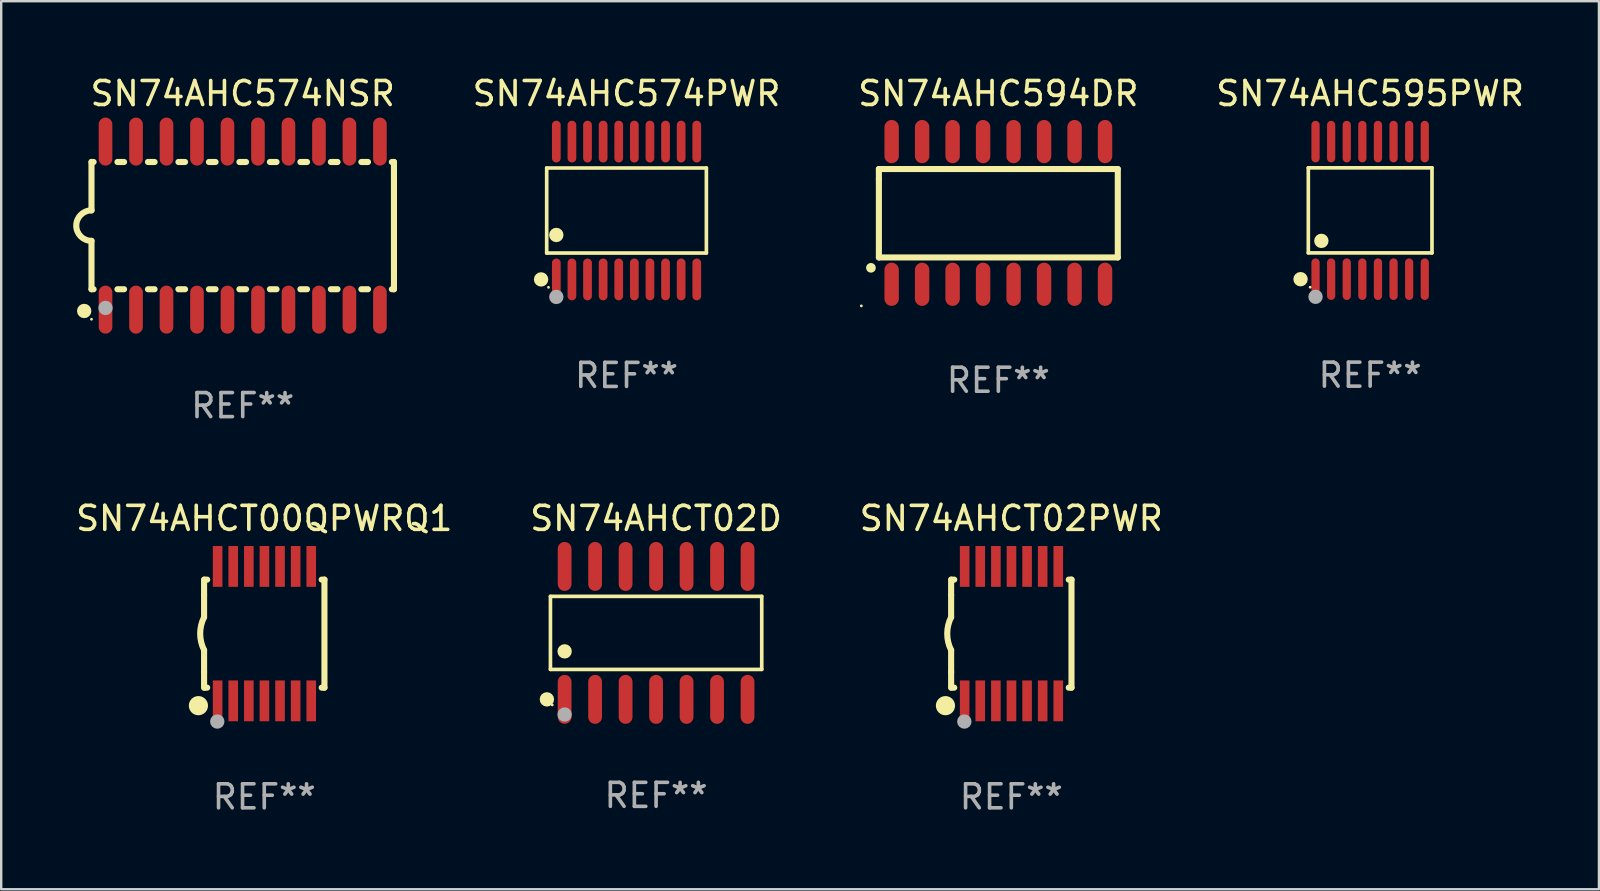
<source format=kicad_pcb>
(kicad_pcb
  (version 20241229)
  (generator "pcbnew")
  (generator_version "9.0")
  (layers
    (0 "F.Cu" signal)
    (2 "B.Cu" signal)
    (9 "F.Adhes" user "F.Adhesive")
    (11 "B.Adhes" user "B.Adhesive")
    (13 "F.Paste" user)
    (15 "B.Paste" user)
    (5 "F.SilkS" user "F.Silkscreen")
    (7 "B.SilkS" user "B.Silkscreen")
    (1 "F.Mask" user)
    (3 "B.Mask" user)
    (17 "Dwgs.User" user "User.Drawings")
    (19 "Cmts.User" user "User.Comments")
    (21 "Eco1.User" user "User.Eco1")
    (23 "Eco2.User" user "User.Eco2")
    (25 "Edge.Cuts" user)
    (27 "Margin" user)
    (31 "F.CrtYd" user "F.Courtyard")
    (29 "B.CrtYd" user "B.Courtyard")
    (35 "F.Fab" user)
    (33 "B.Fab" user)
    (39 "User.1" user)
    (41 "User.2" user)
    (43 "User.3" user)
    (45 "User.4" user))
  (footprint "SN74AHCT02D"
    (layer "F.Cu")
    (at 24.28 23.314)
    (property "Reference" "SN74AHCT02D" (at 0 -4.769 0) (layer "F.SilkS") (effects (font (size 1 1) (thickness 0.15))))
    (attr through_hole)
    (fp_line (start -4.401 -1.521) (end 4.401 -1.521) (stroke (width 0.152) (type solid)) (layer "F.SilkS"))
    (fp_line (start -4.401 1.521) (end -4.401 -1.521) (stroke (width 0.152) (type solid)) (layer "F.SilkS"))
    (fp_line (start 4.401 -1.521) (end 4.401 1.521) (stroke (width 0.152) (type solid)) (layer "F.SilkS"))
    (fp_line (start 4.401 1.521) (end -4.401 1.521) (stroke (width 0.152) (type solid)) (layer "F.SilkS"))
    (fp_circle (center -4.549 2.769) (end -4.399 2.769) (stroke (width 0.3) (type solid)) (fill no) (layer "F.SilkS"))
    (fp_circle (center -4.325 3) (end -4.295 3) (stroke (width 0.06) (type solid)) (fill no) (layer "F.SilkS"))
    (fp_circle (center -3.81 0.769) (end -3.66 0.769) (stroke (width 0.3) (type solid)) (fill no) (layer "F.SilkS"))
    (fp_circle (center -3.81 3.4) (end -3.66 3.4) (stroke (width 0.3) (type solid)) (fill no) (layer "F.Fab"))
    (fp_text user "REF**" (at 0 6.769 0) (layer "F.Fab") (effects (font (size 1 1) (thickness 0.15))))
    (pad "1" smd oval (at -3.81 2.769) (size 0.574 2.038) (layers "F.Cu" "F.Mask" "F.Paste"))
    (pad "2" smd oval (at -2.54 2.769) (size 0.574 2.038) (layers "F.Cu" "F.Mask" "F.Paste"))
    (pad "3" smd oval (at -1.27 2.769) (size 0.574 2.038) (layers "F.Cu" "F.Mask" "F.Paste"))
    (pad "4" smd oval (at 0 2.769) (size 0.574 2.038) (layers "F.Cu" "F.Mask" "F.Paste"))
    (pad "5" smd oval (at 1.27 2.769) (size 0.574 2.038) (layers "F.Cu" "F.Mask" "F.Paste"))
    (pad "6" smd oval (at 2.54 2.769) (size 0.574 2.038) (layers "F.Cu" "F.Mask" "F.Paste"))
    (pad "7" smd oval (at 3.81 2.769) (size 0.574 2.038) (layers "F.Cu" "F.Mask" "F.Paste"))
    (pad "8" smd oval (at 3.81 -2.769) (size 0.574 2.038) (layers "F.Cu" "F.Mask" "F.Paste"))
    (pad "9" smd oval (at 2.54 -2.769) (size 0.574 2.038) (layers "F.Cu" "F.Mask" "F.Paste"))
    (pad "10" smd oval (at 1.27 -2.769) (size 0.574 2.038) (layers "F.Cu" "F.Mask" "F.Paste"))
    (pad "11" smd oval (at 0 -2.769) (size 0.574 2.038) (layers "F.Cu" "F.Mask" "F.Paste"))
    (pad "12" smd oval (at -1.27 -2.769) (size 0.574 2.038) (layers "F.Cu" "F.Mask" "F.Paste"))
    (pad "13" smd oval (at -2.54 -2.769) (size 0.574 2.038) (layers "F.Cu" "F.Mask" "F.Paste"))
    (pad "14" smd oval (at -3.81 -2.769) (size 0.574 2.038) (layers "F.Cu" "F.Mask" "F.Paste")))
  (footprint "SN74AHC594DR"
    (layer "F.Cu")
    (at 38.537 5.82)
    (property "Reference" "SN74AHC594DR" (at 0 -4.972 0) (layer "F.SilkS") (effects (font (size 1 1) (thickness 0.15))))
    (attr through_hole)
    (fp_line (start -4.976 -1.829) (end -4.976 -1.4) (stroke (width 0.254) (type solid)) (layer "F.SilkS"))
    (fp_line (start -4.976 -1.4) (end -4.976 1.854) (stroke (width 0.254) (type solid)) (layer "F.SilkS"))
    (fp_line (start -4.976 1.854) (end 4.976 1.854) (stroke (width 0.254) (type solid)) (layer "F.SilkS"))
    (fp_line (start 4.976 -1.829) (end -4.976 -1.829) (stroke (width 0.254) (type solid)) (layer "F.SilkS"))
    (fp_line (start 4.976 1.854) (end 4.976 -1.829) (stroke (width 0.254) (type solid)) (layer "F.SilkS"))
    (fp_arc (start -5.308611 2.286005) (mid -5.307341 2.286001) (end -5.306071 2.286005) (stroke (width 0.4) (type solid)) (layer "F.SilkS"))
    (fp_circle (center -5.707 3.872) (end -5.677 3.872) (stroke (width 0.06) (type solid)) (fill no) (layer "F.SilkS"))
    (fp_text user "REF**" (at 0 6.972 0) (layer "F.Fab") (effects (font (size 1 1) (thickness 0.15))))
    (pad "1" smd oval (at -4.445 2.972 180) (size 0.6 1.8) (layers "F.Cu" "F.Mask" "F.Paste"))
    (pad "2" smd oval (at -3.175 2.972 180) (size 0.6 1.8) (layers "F.Cu" "F.Mask" "F.Paste"))
    (pad "3" smd oval (at -1.905 2.972 180) (size 0.6 1.8) (layers "F.Cu" "F.Mask" "F.Paste"))
    (pad "4" smd oval (at -0.635 2.972 180) (size 0.6 1.8) (layers "F.Cu" "F.Mask" "F.Paste"))
    (pad "5" smd oval (at 0.635 2.972 180) (size 0.6 1.8) (layers "F.Cu" "F.Mask" "F.Paste"))
    (pad "6" smd oval (at 1.905 2.972 180) (size 0.6 1.8) (layers "F.Cu" "F.Mask" "F.Paste"))
    (pad "7" smd oval (at 3.175 2.972 180) (size 0.6 1.8) (layers "F.Cu" "F.Mask" "F.Paste"))
    (pad "8" smd oval (at 4.445 2.972 180) (size 0.6 1.8) (layers "F.Cu" "F.Mask" "F.Paste"))
    (pad "9" smd oval (at 4.445 -2.972 180) (size 0.6 1.8) (layers "F.Cu" "F.Mask" "F.Paste"))
    (pad "10" smd oval (at 3.175 -2.972 180) (size 0.6 1.8) (layers "F.Cu" "F.Mask" "F.Paste"))
    (pad "11" smd oval (at 1.905 -2.972 180) (size 0.6 1.8) (layers "F.Cu" "F.Mask" "F.Paste"))
    (pad "12" smd oval (at 0.635 -2.972 180) (size 0.6 1.8) (layers "F.Cu" "F.Mask" "F.Paste"))
    (pad "13" smd oval (at -0.635 -2.972 180) (size 0.6 1.8) (layers "F.Cu" "F.Mask" "F.Paste"))
    (pad "14" smd oval (at -1.905 -2.972 180) (size 0.6 1.8) (layers "F.Cu" "F.Mask" "F.Paste"))
    (pad "15" smd oval (at -3.175 -2.972 180) (size 0.6 1.8) (layers "F.Cu" "F.Mask" "F.Paste"))
    (pad "16" smd oval (at -4.445 -2.972 180) (size 0.6 1.8) (layers "F.Cu" "F.Mask" "F.Paste")))
  (footprint "SN74AHC574NSR"
    (layer "F.Cu")
    (at 7.061 6.348)
    (property "Reference" "SN74AHC574NSR" (at 0 -5.5 0) (layer "F.SilkS") (effects (font (size 1 1) (thickness 0.15))))
    (attr through_hole)
    (fp_line (start -6.3 -2.65) (end -6.3 -0.635) (stroke (width 0.254) (type solid)) (layer "F.SilkS"))
    (fp_line (start -6.3 -2.65) (end -6.212 -2.65) (stroke (width 0.254) (type solid)) (layer "F.SilkS"))
    (fp_line (start -6.3 2.65) (end -6.3 0.635) (stroke (width 0.254) (type solid)) (layer "F.SilkS"))
    (fp_line (start -6.3 2.65) (end -6.212 2.65) (stroke (width 0.254) (type solid)) (layer "F.SilkS"))
    (fp_line (start -5.218 -2.65) (end -4.942 -2.65) (stroke (width 0.254) (type solid)) (layer "F.SilkS"))
    (fp_line (start -5.218 2.65) (end -4.942 2.65) (stroke (width 0.254) (type solid)) (layer "F.SilkS"))
    (fp_line (start -3.948 -2.65) (end -3.672 -2.65) (stroke (width 0.254) (type solid)) (layer "F.SilkS"))
    (fp_line (start -3.948 2.65) (end -3.672 2.65) (stroke (width 0.254) (type solid)) (layer "F.SilkS"))
    (fp_line (start -2.678 -2.65) (end -2.402 -2.65) (stroke (width 0.254) (type solid)) (layer "F.SilkS"))
    (fp_line (start -2.678 2.65) (end -2.402 2.65) (stroke (width 0.254) (type solid)) (layer "F.SilkS"))
    (fp_line (start -1.408 -2.65) (end -1.132 -2.65) (stroke (width 0.254) (type solid)) (layer "F.SilkS"))
    (fp_line (start -1.408 2.65) (end -1.132 2.65) (stroke (width 0.254) (type solid)) (layer "F.SilkS"))
    (fp_line (start -0.138 -2.65) (end 0.138 -2.65) (stroke (width 0.254) (type solid)) (layer "F.SilkS"))
    (fp_line (start -0.138 2.65) (end 0.138 2.65) (stroke (width 0.254) (type solid)) (layer "F.SilkS"))
    (fp_line (start 1.132 -2.65) (end 1.408 -2.65) (stroke (width 0.254) (type solid)) (layer "F.SilkS"))
    (fp_line (start 1.132 2.65) (end 1.408 2.65) (stroke (width 0.254) (type solid)) (layer "F.SilkS"))
    (fp_line (start 2.402 -2.65) (end 2.678 -2.65) (stroke (width 0.254) (type solid)) (layer "F.SilkS"))
    (fp_line (start 2.402 2.65) (end 2.678 2.65) (stroke (width 0.254) (type solid)) (layer "F.SilkS"))
    (fp_line (start 3.672 -2.65) (end 3.948 -2.65) (stroke (width 0.254) (type solid)) (layer "F.SilkS"))
    (fp_line (start 3.672 2.65) (end 3.948 2.65) (stroke (width 0.254) (type solid)) (layer "F.SilkS"))
    (fp_line (start 4.942 -2.65) (end 5.218 -2.65) (stroke (width 0.254) (type solid)) (layer "F.SilkS"))
    (fp_line (start 4.942 2.65) (end 5.218 2.65) (stroke (width 0.254) (type solid)) (layer "F.SilkS"))
    (fp_line (start 6.212 -2.65) (end 6.3 -2.65) (stroke (width 0.254) (type solid)) (layer "F.SilkS"))
    (fp_line (start 6.212 2.65) (end 6.3 2.65) (stroke (width 0.254) (type solid)) (layer "F.SilkS"))
    (fp_line (start 6.3 -2.65) (end 6.3 2.65) (stroke (width 0.254) (type solid)) (layer "F.SilkS"))
    (fp_arc (start -6.299975 0.634874) (mid -6.933579 0.000127) (end -6.299213 -0.633858) (stroke (width 0.254001) (type solid)) (layer "F.SilkS"))
    (fp_circle (center -6.604 3.556) (end -6.454 3.556) (stroke (width 0.3) (type solid)) (fill no) (layer "F.SilkS"))
    (fp_circle (center -6.3 3.9) (end -6.27 3.9) (stroke (width 0.06) (type solid)) (fill no) (layer "F.SilkS"))
    (fp_circle (center -5.715 3.429) (end -5.565 3.429) (stroke (width 0.3) (type solid)) (fill no) (layer "F.Fab"))
    (fp_text user "REF**" (at 0 7.5 0) (layer "F.Fab") (effects (font (size 1 1) (thickness 0.15))))
    (pad "1" smd oval (at -5.715 3.5) (size 0.568 2) (layers "F.Cu" "F.Mask" "F.Paste"))
    (pad "2" smd oval (at -4.445 3.5) (size 0.568 2) (layers "F.Cu" "F.Mask" "F.Paste"))
    (pad "3" smd oval (at -3.175 3.5) (size 0.568 2) (layers "F.Cu" "F.Mask" "F.Paste"))
    (pad "4" smd oval (at -1.905 3.5) (size 0.568 2) (layers "F.Cu" "F.Mask" "F.Paste"))
    (pad "5" smd oval (at -0.635 3.5) (size 0.568 2) (layers "F.Cu" "F.Mask" "F.Paste"))
    (pad "6" smd oval (at 0.635 3.5) (size 0.568 2) (layers "F.Cu" "F.Mask" "F.Paste"))
    (pad "7" smd oval (at 1.905 3.5) (size 0.568 2) (layers "F.Cu" "F.Mask" "F.Paste"))
    (pad "8" smd oval (at 3.175 3.5) (size 0.568 2) (layers "F.Cu" "F.Mask" "F.Paste"))
    (pad "9" smd oval (at 4.445 3.5) (size 0.568 2) (layers "F.Cu" "F.Mask" "F.Paste"))
    (pad "10" smd oval (at 5.715 3.5) (size 0.568 2) (layers "F.Cu" "F.Mask" "F.Paste"))
    (pad "11" smd oval (at 5.715 -3.5) (size 0.568 2) (layers "F.Cu" "F.Mask" "F.Paste"))
    (pad "12" smd oval (at 4.445 -3.5) (size 0.568 2) (layers "F.Cu" "F.Mask" "F.Paste"))
    (pad "13" smd oval (at 3.175 -3.5) (size 0.568 2) (layers "F.Cu" "F.Mask" "F.Paste"))
    (pad "14" smd oval (at 1.905 -3.5) (size 0.568 2) (layers "F.Cu" "F.Mask" "F.Paste"))
    (pad "15" smd oval (at 0.635 -3.5) (size 0.568 2) (layers "F.Cu" "F.Mask" "F.Paste"))
    (pad "16" smd oval (at -0.635 -3.5) (size 0.568 2) (layers "F.Cu" "F.Mask" "F.Paste"))
    (pad "17" smd oval (at -1.905 -3.5) (size 0.568 2) (layers "F.Cu" "F.Mask" "F.Paste"))
    (pad "18" smd oval (at -3.175 -3.5) (size 0.568 2) (layers "F.Cu" "F.Mask" "F.Paste"))
    (pad "19" smd oval (at -4.445 -3.5) (size 0.568 2) (layers "F.Cu" "F.Mask" "F.Paste"))
    (pad "20" smd oval (at -5.715 -3.5) (size 0.568 2) (layers "F.Cu" "F.Mask" "F.Paste")))
  (footprint "SN74AHCT00QPWRQ1"
    (layer "F.Cu")
    (at 7.958 23.345)
    (property "Reference" "SN74AHCT00QPWRQ1" (at 0 -4.8 0) (layer "F.SilkS") (effects (font (size 1 1) (thickness 0.15))))
    (attr through_hole)
    (fp_line (start -2.507 -1.6) (end -2.507 -2.25) (stroke (width 0.254) (type solid)) (layer "F.SilkS"))
    (fp_line (start -2.507 -0.686) (end -2.507 -1.6) (stroke (width 0.254) (type solid)) (layer "F.SilkS"))
    (fp_line (start -2.507 1.6) (end -2.507 0.686) (stroke (width 0.254) (type solid)) (layer "F.SilkS"))
    (fp_line (start -2.507 1.6) (end -2.507 2.25) (stroke (width 0.254) (type solid)) (layer "F.SilkS"))
    (fp_line (start -2.493 -2.25) (end -2.377 -2.25) (stroke (width 0.254) (type solid)) (layer "F.SilkS"))
    (fp_line (start -2.377 2.25) (end -2.493 2.25) (stroke (width 0.254) (type solid)) (layer "F.SilkS"))
    (fp_line (start 2.392 -2.25) (end 2.507 -2.25) (stroke (width 0.254) (type solid)) (layer "F.SilkS"))
    (fp_line (start 2.507 -2.25) (end 2.507 2.25) (stroke (width 0.254) (type solid)) (layer "F.SilkS"))
    (fp_line (start 2.507 2.25) (end 2.392 2.25) (stroke (width 0.254) (type solid)) (layer "F.SilkS"))
    (fp_arc (start -2.507303 0.685802) (mid -2.669199 0) (end -2.507303 -0.685801) (stroke (width 0.254001) (type solid)) (layer "F.SilkS"))
    (fp_circle (center -2.743 3) (end -2.543 3) (stroke (width 0.4) (type solid)) (fill no) (layer "F.SilkS"))
    (fp_circle (center -2.493 3.2) (end -2.463 3.2) (stroke (width 0.06) (type solid)) (fill no) (layer "F.SilkS"))
    (fp_circle (center -1.957 3.662) (end -1.807 3.662) (stroke (width 0.3) (type solid)) (fill no) (layer "F.Fab"))
    (fp_text user "REF**" (at 0 6.8 0) (layer "F.Fab") (effects (font (size 1 1) (thickness 0.15))))
    (pad "1" smd rect (at -1.943 2.8) (size 0.4 1.7) (layers "F.Cu" "F.Mask" "F.Paste"))
    (pad "2" smd rect (at -1.293 2.8) (size 0.4 1.7) (layers "F.Cu" "F.Mask" "F.Paste"))
    (pad "3" smd rect (at -0.643 2.8) (size 0.4 1.7) (layers "F.Cu" "F.Mask" "F.Paste"))
    (pad "4" smd rect (at 0.007 2.8) (size 0.4 1.7) (layers "F.Cu" "F.Mask" "F.Paste"))
    (pad "5" smd rect (at 0.657 2.8) (size 0.4 1.7) (layers "F.Cu" "F.Mask" "F.Paste"))
    (pad "6" smd rect (at 1.307 2.8) (size 0.4 1.7) (layers "F.Cu" "F.Mask" "F.Paste"))
    (pad "7" smd rect (at 1.957 2.8) (size 0.4 1.7) (layers "F.Cu" "F.Mask" "F.Paste"))
    (pad "8" smd rect (at 1.957 -2.8) (size 0.4 1.7) (layers "F.Cu" "F.Mask" "F.Paste"))
    (pad "9" smd rect (at 1.307 -2.8) (size 0.4 1.7) (layers "F.Cu" "F.Mask" "F.Paste"))
    (pad "10" smd rect (at 0.657 -2.8) (size 0.4 1.7) (layers "F.Cu" "F.Mask" "F.Paste"))
    (pad "11" smd rect (at 0.007 -2.8) (size 0.4 1.7) (layers "F.Cu" "F.Mask" "F.Paste"))
    (pad "12" smd rect (at -0.643 -2.8) (size 0.4 1.7) (layers "F.Cu" "F.Mask" "F.Paste"))
    (pad "13" smd rect (at -1.293 -2.8) (size 0.4 1.7) (layers "F.Cu" "F.Mask" "F.Paste"))
    (pad "14" smd rect (at -1.943 -2.8) (size 0.4 1.7) (layers "F.Cu" "F.Mask" "F.Paste")))
  (footprint "SN74AHCT02PWR"
    (layer "F.Cu")
    (at 39.077 23.345)
    (property "Reference" "SN74AHCT02PWR" (at 0 -4.8 0) (layer "F.SilkS") (effects (font (size 1 1) (thickness 0.15))))
    (attr through_hole)
    (fp_line (start -2.507 -1.6) (end -2.507 -2.25) (stroke (width 0.254) (type solid)) (layer "F.SilkS"))
    (fp_line (start -2.507 -0.686) (end -2.507 -1.6) (stroke (width 0.254) (type solid)) (layer "F.SilkS"))
    (fp_line (start -2.507 1.6) (end -2.507 0.686) (stroke (width 0.254) (type solid)) (layer "F.SilkS"))
    (fp_line (start -2.507 1.6) (end -2.507 2.25) (stroke (width 0.254) (type solid)) (layer "F.SilkS"))
    (fp_line (start -2.493 -2.25) (end -2.377 -2.25) (stroke (width 0.254) (type solid)) (layer "F.SilkS"))
    (fp_line (start -2.377 2.25) (end -2.493 2.25) (stroke (width 0.254) (type solid)) (layer "F.SilkS"))
    (fp_line (start 2.392 -2.25) (end 2.507 -2.25) (stroke (width 0.254) (type solid)) (layer "F.SilkS"))
    (fp_line (start 2.507 -2.25) (end 2.507 2.25) (stroke (width 0.254) (type solid)) (layer "F.SilkS"))
    (fp_line (start 2.507 2.25) (end 2.392 2.25) (stroke (width 0.254) (type solid)) (layer "F.SilkS"))
    (fp_arc (start -2.507303 0.685802) (mid -2.669199 0) (end -2.507303 -0.685801) (stroke (width 0.254001) (type solid)) (layer "F.SilkS"))
    (fp_circle (center -2.743 3) (end -2.543 3) (stroke (width 0.4) (type solid)) (fill no) (layer "F.SilkS"))
    (fp_circle (center -2.493 3.2) (end -2.463 3.2) (stroke (width 0.06) (type solid)) (fill no) (layer "F.SilkS"))
    (fp_circle (center -1.957 3.662) (end -1.807 3.662) (stroke (width 0.3) (type solid)) (fill no) (layer "F.Fab"))
    (fp_text user "REF**" (at 0 6.8 0) (layer "F.Fab") (effects (font (size 1 1) (thickness 0.15))))
    (pad "1" smd rect (at -1.943 2.8) (size 0.4 1.7) (layers "F.Cu" "F.Mask" "F.Paste"))
    (pad "2" smd rect (at -1.293 2.8) (size 0.4 1.7) (layers "F.Cu" "F.Mask" "F.Paste"))
    (pad "3" smd rect (at -0.643 2.8) (size 0.4 1.7) (layers "F.Cu" "F.Mask" "F.Paste"))
    (pad "4" smd rect (at 0.007 2.8) (size 0.4 1.7) (layers "F.Cu" "F.Mask" "F.Paste"))
    (pad "5" smd rect (at 0.657 2.8) (size 0.4 1.7) (layers "F.Cu" "F.Mask" "F.Paste"))
    (pad "6" smd rect (at 1.307 2.8) (size 0.4 1.7) (layers "F.Cu" "F.Mask" "F.Paste"))
    (pad "7" smd rect (at 1.957 2.8) (size 0.4 1.7) (layers "F.Cu" "F.Mask" "F.Paste"))
    (pad "8" smd rect (at 1.957 -2.8) (size 0.4 1.7) (layers "F.Cu" "F.Mask" "F.Paste"))
    (pad "9" smd rect (at 1.307 -2.8) (size 0.4 1.7) (layers "F.Cu" "F.Mask" "F.Paste"))
    (pad "10" smd rect (at 0.657 -2.8) (size 0.4 1.7) (layers "F.Cu" "F.Mask" "F.Paste"))
    (pad "11" smd rect (at 0.007 -2.8) (size 0.4 1.7) (layers "F.Cu" "F.Mask" "F.Paste"))
    (pad "12" smd rect (at -0.643 -2.8) (size 0.4 1.7) (layers "F.Cu" "F.Mask" "F.Paste"))
    (pad "13" smd rect (at -1.293 -2.8) (size 0.4 1.7) (layers "F.Cu" "F.Mask" "F.Paste"))
    (pad "14" smd rect (at -1.943 -2.8) (size 0.4 1.7) (layers "F.Cu" "F.Mask" "F.Paste")))
  (footprint "SN74AHC574PWR"
    (layer "F.Cu")
    (at 23.049 5.719)
    (property "Reference" "SN74AHC574PWR" (at 0 -4.871 0) (layer "F.SilkS") (effects (font (size 1 1) (thickness 0.15))))
    (attr through_hole)
    (fp_line (start -3.326 -1.771) (end 3.326 -1.771) (stroke (width 0.152) (type solid)) (layer "F.SilkS"))
    (fp_line (start -3.326 1.771) (end -3.326 -1.771) (stroke (width 0.152) (type solid)) (layer "F.SilkS"))
    (fp_line (start 3.326 -1.771) (end 3.326 1.771) (stroke (width 0.152) (type solid)) (layer "F.SilkS"))
    (fp_line (start 3.326 1.771) (end -3.326 1.771) (stroke (width 0.152) (type solid)) (layer "F.SilkS"))
    (fp_circle (center -3.559 2.871) (end -3.409 2.871) (stroke (width 0.3) (type solid)) (fill no) (layer "F.SilkS"))
    (fp_circle (center -3.25 3.2) (end -3.22 3.2) (stroke (width 0.06) (type solid)) (fill no) (layer "F.SilkS"))
    (fp_circle (center -2.925 1.019) (end -2.775 1.019) (stroke (width 0.3) (type solid)) (fill no) (layer "F.SilkS"))
    (fp_circle (center -2.925 3.6) (end -2.775 3.6) (stroke (width 0.3) (type solid)) (fill no) (layer "F.Fab"))
    (fp_text user "REF**" (at 0 6.871 0) (layer "F.Fab") (effects (font (size 1 1) (thickness 0.15))))
    (pad "1" smd oval (at -2.925 2.871) (size 0.364 1.742) (layers "F.Cu" "F.Mask" "F.Paste"))
    (pad "2" smd oval (at -2.275 2.871) (size 0.364 1.742) (layers "F.Cu" "F.Mask" "F.Paste"))
    (pad "3" smd oval (at -1.625 2.871) (size 0.364 1.742) (layers "F.Cu" "F.Mask" "F.Paste"))
    (pad "4" smd oval (at -0.975 2.871) (size 0.364 1.742) (layers "F.Cu" "F.Mask" "F.Paste"))
    (pad "5" smd oval (at -0.325 2.871) (size 0.364 1.742) (layers "F.Cu" "F.Mask" "F.Paste"))
    (pad "6" smd oval (at 0.325 2.871) (size 0.364 1.742) (layers "F.Cu" "F.Mask" "F.Paste"))
    (pad "7" smd oval (at 0.975 2.871) (size 0.364 1.742) (layers "F.Cu" "F.Mask" "F.Paste"))
    (pad "8" smd oval (at 1.625 2.871) (size 0.364 1.742) (layers "F.Cu" "F.Mask" "F.Paste"))
    (pad "9" smd oval (at 2.275 2.871) (size 0.364 1.742) (layers "F.Cu" "F.Mask" "F.Paste"))
    (pad "10" smd oval (at 2.925 2.871) (size 0.364 1.742) (layers "F.Cu" "F.Mask" "F.Paste"))
    (pad "11" smd oval (at 2.925 -2.871) (size 0.364 1.742) (layers "F.Cu" "F.Mask" "F.Paste"))
    (pad "12" smd oval (at 2.275 -2.871) (size 0.364 1.742) (layers "F.Cu" "F.Mask" "F.Paste"))
    (pad "13" smd oval (at 1.625 -2.871) (size 0.364 1.742) (layers "F.Cu" "F.Mask" "F.Paste"))
    (pad "14" smd oval (at 0.975 -2.871) (size 0.364 1.742) (layers "F.Cu" "F.Mask" "F.Paste"))
    (pad "15" smd oval (at 0.325 -2.871) (size 0.364 1.742) (layers "F.Cu" "F.Mask" "F.Paste"))
    (pad "16" smd oval (at -0.325 -2.871) (size 0.364 1.742) (layers "F.Cu" "F.Mask" "F.Paste"))
    (pad "17" smd oval (at -0.975 -2.871) (size 0.364 1.742) (layers "F.Cu" "F.Mask" "F.Paste"))
    (pad "18" smd oval (at -1.625 -2.871) (size 0.364 1.742) (layers "F.Cu" "F.Mask" "F.Paste"))
    (pad "19" smd oval (at -2.275 -2.871) (size 0.364 1.742) (layers "F.Cu" "F.Mask" "F.Paste"))
    (pad "20" smd oval (at -2.925 -2.871) (size 0.364 1.742) (layers "F.Cu" "F.Mask" "F.Paste")))
  (footprint "SN74AHC595PWR"
    (layer "F.Cu")
    (at 54.025 5.714)
    (property "Reference" "SN74AHC595PWR" (at 0 -4.866 0) (layer "F.SilkS") (effects (font (size 1 1) (thickness 0.15))))
    (attr through_hole)
    (fp_line (start -2.576 -1.772) (end 2.576 -1.772) (stroke (width 0.152) (type solid)) (layer "F.SilkS"))
    (fp_line (start -2.576 1.771) (end -2.576 -1.772) (stroke (width 0.152) (type solid)) (layer "F.SilkS"))
    (fp_line (start 2.576 -1.772) (end 2.576 1.771) (stroke (width 0.152) (type solid)) (layer "F.SilkS"))
    (fp_line (start 2.576 1.771) (end -2.576 1.771) (stroke (width 0.152) (type solid)) (layer "F.SilkS"))
    (fp_circle (center -2.899 2.866) (end -2.749 2.866) (stroke (width 0.3) (type solid)) (fill no) (layer "F.SilkS"))
    (fp_circle (center -2.5 3.2) (end -2.47 3.2) (stroke (width 0.06) (type solid)) (fill no) (layer "F.SilkS"))
    (fp_circle (center -2.032 1.27) (end -1.882 1.27) (stroke (width 0.3) (type solid)) (fill no) (layer "F.SilkS"))
    (fp_circle (center -2.275 3.6) (end -2.125 3.6) (stroke (width 0.3) (type solid)) (fill no) (layer "F.Fab"))
    (fp_text user "REF**" (at 0 6.866 0) (layer "F.Fab") (effects (font (size 1 1) (thickness 0.15))))
    (pad "1" smd oval (at -2.275 2.866) (size 0.343 1.731) (layers "F.Cu" "F.Mask" "F.Paste"))
    (pad "2" smd oval (at -1.625 2.866) (size 0.343 1.731) (layers "F.Cu" "F.Mask" "F.Paste"))
    (pad "3" smd oval (at -0.975 2.866) (size 0.343 1.731) (layers "F.Cu" "F.Mask" "F.Paste"))
    (pad "4" smd oval (at -0.325 2.866) (size 0.343 1.731) (layers "F.Cu" "F.Mask" "F.Paste"))
    (pad "5" smd oval (at 0.325 2.866) (size 0.343 1.731) (layers "F.Cu" "F.Mask" "F.Paste"))
    (pad "6" smd oval (at 0.975 2.866) (size 0.343 1.731) (layers "F.Cu" "F.Mask" "F.Paste"))
    (pad "7" smd oval (at 1.625 2.866) (size 0.343 1.731) (layers "F.Cu" "F.Mask" "F.Paste"))
    (pad "8" smd oval (at 2.275 2.866) (size 0.343 1.731) (layers "F.Cu" "F.Mask" "F.Paste"))
    (pad "9" smd oval (at 2.275 -2.866) (size 0.343 1.731) (layers "F.Cu" "F.Mask" "F.Paste"))
    (pad "10" smd oval (at 1.625 -2.866) (size 0.343 1.731) (layers "F.Cu" "F.Mask" "F.Paste"))
    (pad "11" smd oval (at 0.975 -2.866) (size 0.343 1.731) (layers "F.Cu" "F.Mask" "F.Paste"))
    (pad "12" smd oval (at 0.325 -2.866) (size 0.343 1.731) (layers "F.Cu" "F.Mask" "F.Paste"))
    (pad "13" smd oval (at -0.325 -2.866) (size 0.343 1.731) (layers "F.Cu" "F.Mask" "F.Paste"))
    (pad "14" smd oval (at -0.975 -2.866) (size 0.343 1.731) (layers "F.Cu" "F.Mask" "F.Paste"))
    (pad "15" smd oval (at -1.625 -2.866) (size 0.343 1.731) (layers "F.Cu" "F.Mask" "F.Paste"))
    (pad "16" smd oval (at -2.275 -2.866) (size 0.343 1.731) (layers "F.Cu" "F.Mask" "F.Paste")))
  (gr_rect
    (start -3 -3)
    (end 63.555 33.993)
    (stroke (width 0.1) (type default))
    (fill no)
    (layer "Edge.Cuts")))
</source>
